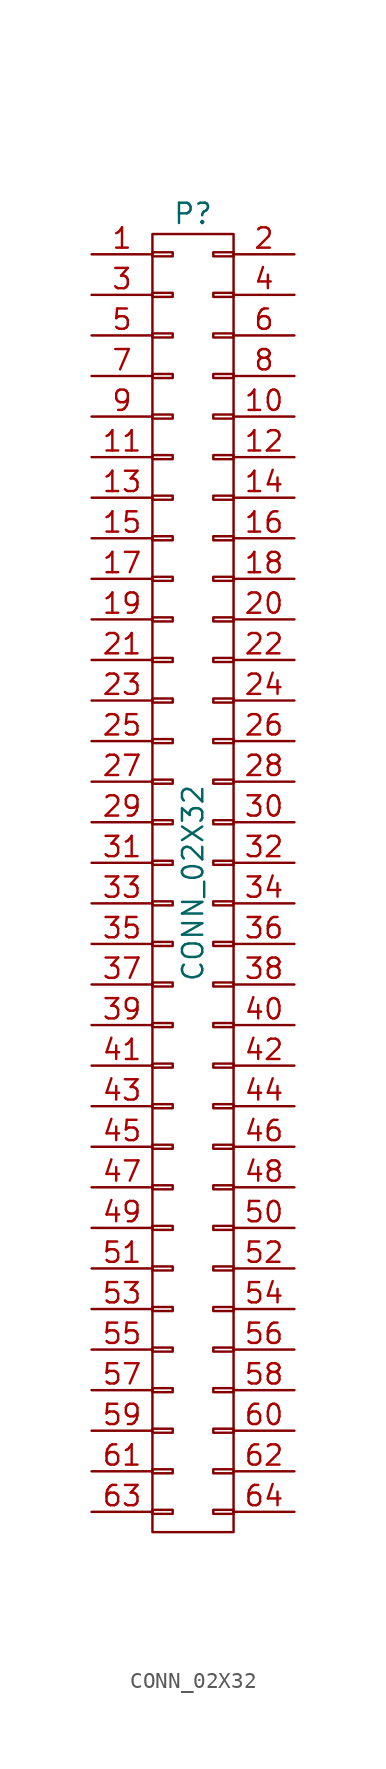
<source format=kicad_sym>
(kicad_symbol_lib
  (version 20231120)
  (generator "kicad_symbol_editor")
  (generator_version "8.0")
  (symbol "CONN_02X32"
    (pin_names
      (offset 0.025) hide)
    (property "Reference" "P"
      (at 0 41.91 0)
      (effects (font (size 1.27 1.27))))
    (property "Value" "CONN_02X32"
      (at 0 0 90)
      (effects (font (size 1.27 1.27))))
    (property "Footprint" ""
      (at 0 -10.16 0)
      (effects (font (size 1.27 1.27))))
    (property "Datasheet" ""
      (at 0 -10.16 0)
      (effects (font (size 1.27 1.27))))
    (symbol "CONN_02X32_0_1"
      (rectangle (start -2.54 -39.243) (end -1.27 -39.497) (stroke (width 0) (type solid)) (fill (type none)))
      (rectangle (start -2.54 -36.703) (end -1.27 -36.957) (stroke (width 0) (type solid)) (fill (type none)))
      (rectangle (start -2.54 -34.163) (end -1.27 -34.417) (stroke (width 0) (type solid)) (fill (type none)))
      (rectangle (start -2.54 -31.623) (end -1.27 -31.877) (stroke (width 0) (type solid)) (fill (type none)))
      (rectangle (start -2.54 -29.083) (end -1.27 -29.337) (stroke (width 0) (type solid)) (fill (type none)))
      (rectangle (start -2.54 -26.543) (end -1.27 -26.797) (stroke (width 0) (type solid)) (fill (type none)))
      (rectangle (start -2.54 -24.003) (end -1.27 -24.257) (stroke (width 0) (type solid)) (fill (type none)))
      (rectangle (start -2.54 -21.463) (end -1.27 -21.717) (stroke (width 0) (type solid)) (fill (type none)))
      (rectangle (start -2.54 -18.923) (end -1.27 -19.177) (stroke (width 0) (type solid)) (fill (type none)))
      (rectangle (start -2.54 -16.383) (end -1.27 -16.637) (stroke (width 0) (type solid)) (fill (type none)))
      (rectangle (start -2.54 -13.843) (end -1.27 -14.097) (stroke (width 0) (type solid)) (fill (type none)))
      (rectangle (start -2.54 -11.303) (end -1.27 -11.557) (stroke (width 0) (type solid)) (fill (type none)))
      (rectangle (start -2.54 -8.763) (end -1.27 -9.017) (stroke (width 0) (type solid)) (fill (type none)))
      (rectangle (start -2.54 -6.223) (end -1.27 -6.477) (stroke (width 0) (type solid)) (fill (type none)))
      (rectangle (start -2.54 -3.683) (end -1.27 -3.937) (stroke (width 0) (type solid)) (fill (type none)))
      (rectangle (start -2.54 -1.143) (end -1.27 -1.397) (stroke (width 0) (type solid)) (fill (type none)))
      (rectangle (start -2.54 1.397) (end -1.27 1.143) (stroke (width 0) (type solid)) (fill (type none)))
      (rectangle (start -2.54 3.937) (end -1.27 3.683) (stroke (width 0) (type solid)) (fill (type none)))
      (rectangle (start -2.54 6.477) (end -1.27 6.223) (stroke (width 0) (type solid)) (fill (type none)))
      (rectangle (start -2.54 9.017) (end -1.27 8.763) (stroke (width 0) (type solid)) (fill (type none)))
      (rectangle (start -2.54 11.557) (end -1.27 11.303) (stroke (width 0) (type solid)) (fill (type none)))
      (rectangle (start -2.54 14.097) (end -1.27 13.843) (stroke (width 0) (type solid)) (fill (type none)))
      (rectangle (start -2.54 16.637) (end -1.27 16.383) (stroke (width 0) (type solid)) (fill (type none)))
      (rectangle (start -2.54 19.177) (end -1.27 18.923) (stroke (width 0) (type solid)) (fill (type none)))
      (rectangle (start -2.54 21.717) (end -1.27 21.463) (stroke (width 0) (type solid)) (fill (type none)))
      (rectangle (start -2.54 24.257) (end -1.27 24.003) (stroke (width 0) (type solid)) (fill (type none)))
      (rectangle (start -2.54 26.797) (end -1.27 26.543) (stroke (width 0) (type solid)) (fill (type none)))
      (rectangle (start -2.54 29.337) (end -1.27 29.083) (stroke (width 0) (type solid)) (fill (type none)))
      (rectangle (start -2.54 31.877) (end -1.27 31.623) (stroke (width 0) (type solid)) (fill (type none)))
      (rectangle (start -2.54 34.417) (end -1.27 34.163) (stroke (width 0) (type solid)) (fill (type none)))
      (rectangle (start -2.54 36.957) (end -1.27 36.703) (stroke (width 0) (type solid)) (fill (type none)))
      (rectangle (start -2.54 39.497) (end -1.27 39.243) (stroke (width 0) (type solid)) (fill (type none)))
      (rectangle (start -2.54 40.64) (end 2.54 -40.64) (stroke (width 0) (type solid)) (fill (type none)))
      (rectangle (start 1.27 -39.243) (end 2.54 -39.497) (stroke (width 0) (type solid)) (fill (type none)))
      (rectangle (start 1.27 -36.703) (end 2.54 -36.957) (stroke (width 0) (type solid)) (fill (type none)))
      (rectangle (start 1.27 -34.163) (end 2.54 -34.417) (stroke (width 0) (type solid)) (fill (type none)))
      (rectangle (start 1.27 -31.623) (end 2.54 -31.877) (stroke (width 0) (type solid)) (fill (type none)))
      (rectangle (start 1.27 -29.083) (end 2.54 -29.337) (stroke (width 0) (type solid)) (fill (type none)))
      (rectangle (start 1.27 -26.543) (end 2.54 -26.797) (stroke (width 0) (type solid)) (fill (type none)))
      (rectangle (start 1.27 -24.003) (end 2.54 -24.257) (stroke (width 0) (type solid)) (fill (type none)))
      (rectangle (start 1.27 -21.463) (end 2.54 -21.717) (stroke (width 0) (type solid)) (fill (type none)))
      (rectangle (start 1.27 -18.923) (end 2.54 -19.177) (stroke (width 0) (type solid)) (fill (type none)))
      (rectangle (start 1.27 -16.383) (end 2.54 -16.637) (stroke (width 0) (type solid)) (fill (type none)))
      (rectangle (start 1.27 -13.843) (end 2.54 -14.097) (stroke (width 0) (type solid)) (fill (type none)))
      (rectangle (start 1.27 -11.303) (end 2.54 -11.557) (stroke (width 0) (type solid)) (fill (type none)))
      (rectangle (start 1.27 -8.763) (end 2.54 -9.017) (stroke (width 0) (type solid)) (fill (type none)))
      (rectangle (start 1.27 -6.223) (end 2.54 -6.477) (stroke (width 0) (type solid)) (fill (type none)))
      (rectangle (start 1.27 -3.683) (end 2.54 -3.937) (stroke (width 0) (type solid)) (fill (type none)))
      (rectangle (start 1.27 -1.143) (end 2.54 -1.397) (stroke (width 0) (type solid)) (fill (type none)))
      (rectangle (start 1.27 1.397) (end 2.54 1.143) (stroke (width 0) (type solid)) (fill (type none)))
      (rectangle (start 1.27 3.937) (end 2.54 3.683) (stroke (width 0) (type solid)) (fill (type none)))
      (rectangle (start 1.27 6.477) (end 2.54 6.223) (stroke (width 0) (type solid)) (fill (type none)))
      (rectangle (start 1.27 9.017) (end 2.54 8.763) (stroke (width 0) (type solid)) (fill (type none)))
      (rectangle (start 1.27 11.557) (end 2.54 11.303) (stroke (width 0) (type solid)) (fill (type none)))
      (rectangle (start 1.27 14.097) (end 2.54 13.843) (stroke (width 0) (type solid)) (fill (type none)))
      (rectangle (start 1.27 16.637) (end 2.54 16.383) (stroke (width 0) (type solid)) (fill (type none)))
      (rectangle (start 1.27 19.177) (end 2.54 18.923) (stroke (width 0) (type solid)) (fill (type none)))
      (rectangle (start 1.27 21.717) (end 2.54 21.463) (stroke (width 0) (type solid)) (fill (type none)))
      (rectangle (start 1.27 24.257) (end 2.54 24.003) (stroke (width 0) (type solid)) (fill (type none)))
      (rectangle (start 1.27 26.797) (end 2.54 26.543) (stroke (width 0) (type solid)) (fill (type none)))
      (rectangle (start 1.27 29.337) (end 2.54 29.083) (stroke (width 0) (type solid)) (fill (type none)))
      (rectangle (start 1.27 31.877) (end 2.54 31.623) (stroke (width 0) (type solid)) (fill (type none)))
      (rectangle (start 1.27 34.417) (end 2.54 34.163) (stroke (width 0) (type solid)) (fill (type none)))
      (rectangle (start 1.27 36.957) (end 2.54 36.703) (stroke (width 0) (type solid)) (fill (type none)))
      (rectangle (start 1.27 39.497) (end 2.54 39.243) (stroke (width 0) (type solid)) (fill (type none))))
    (symbol "CONN_02X32_1_1"
      (pin passive line (at -6.35 39.37 0) (length 3.81) (name "P1" (effects (font (size 1.27 1.27)))) (number "1" (effects (font (size 1.27 1.27)))))
      (pin passive line (at 6.35 29.21 180) (length 3.81) (name "P10" (effects (font (size 1.27 1.27)))) (number "10" (effects (font (size 1.27 1.27)))))
      (pin passive line (at -6.35 26.67 0) (length 3.81) (name "P11" (effects (font (size 1.27 1.27)))) (number "11" (effects (font (size 1.27 1.27)))))
      (pin passive line (at 6.35 26.67 180) (length 3.81) (name "P12" (effects (font (size 1.27 1.27)))) (number "12" (effects (font (size 1.27 1.27)))))
      (pin passive line (at -6.35 24.13 0) (length 3.81) (name "P13" (effects (font (size 1.27 1.27)))) (number "13" (effects (font (size 1.27 1.27)))))
      (pin passive line (at 6.35 24.13 180) (length 3.81) (name "P14" (effects (font (size 1.27 1.27)))) (number "14" (effects (font (size 1.27 1.27)))))
      (pin passive line (at -6.35 21.59 0) (length 3.81) (name "P15" (effects (font (size 1.27 1.27)))) (number "15" (effects (font (size 1.27 1.27)))))
      (pin passive line (at 6.35 21.59 180) (length 3.81) (name "P16" (effects (font (size 1.27 1.27)))) (number "16" (effects (font (size 1.27 1.27)))))
      (pin passive line (at -6.35 19.05 0) (length 3.81) (name "P17" (effects (font (size 1.27 1.27)))) (number "17" (effects (font (size 1.27 1.27)))))
      (pin passive line (at 6.35 19.05 180) (length 3.81) (name "P18" (effects (font (size 1.27 1.27)))) (number "18" (effects (font (size 1.27 1.27)))))
      (pin passive line (at -6.35 16.51 0) (length 3.81) (name "P19" (effects (font (size 1.27 1.27)))) (number "19" (effects (font (size 1.27 1.27)))))
      (pin passive line (at 6.35 39.37 180) (length 3.81) (name "P2" (effects (font (size 1.27 1.27)))) (number "2" (effects (font (size 1.27 1.27)))))
      (pin passive line (at 6.35 16.51 180) (length 3.81) (name "P20" (effects (font (size 1.27 1.27)))) (number "20" (effects (font (size 1.27 1.27)))))
      (pin passive line (at -6.35 13.97 0) (length 3.81) (name "P21" (effects (font (size 1.27 1.27)))) (number "21" (effects (font (size 1.27 1.27)))))
      (pin passive line (at 6.35 13.97 180) (length 3.81) (name "P22" (effects (font (size 1.27 1.27)))) (number "22" (effects (font (size 1.27 1.27)))))
      (pin passive line (at -6.35 11.43 0) (length 3.81) (name "P23" (effects (font (size 1.27 1.27)))) (number "23" (effects (font (size 1.27 1.27)))))
      (pin passive line (at 6.35 11.43 180) (length 3.81) (name "P24" (effects (font (size 1.27 1.27)))) (number "24" (effects (font (size 1.27 1.27)))))
      (pin passive line (at -6.35 8.89 0) (length 3.81) (name "P25" (effects (font (size 1.27 1.27)))) (number "25" (effects (font (size 1.27 1.27)))))
      (pin passive line (at 6.35 8.89 180) (length 3.81) (name "P26" (effects (font (size 1.27 1.27)))) (number "26" (effects (font (size 1.27 1.27)))))
      (pin passive line (at -6.35 6.35 0) (length 3.81) (name "P27" (effects (font (size 1.27 1.27)))) (number "27" (effects (font (size 1.27 1.27)))))
      (pin passive line (at 6.35 6.35 180) (length 3.81) (name "P28" (effects (font (size 1.27 1.27)))) (number "28" (effects (font (size 1.27 1.27)))))
      (pin passive line (at -6.35 3.81 0) (length 3.81) (name "P29" (effects (font (size 1.27 1.27)))) (number "29" (effects (font (size 1.27 1.27)))))
      (pin passive line (at -6.35 36.83 0) (length 3.81) (name "P3" (effects (font (size 1.27 1.27)))) (number "3" (effects (font (size 1.27 1.27)))))
      (pin passive line (at 6.35 3.81 180) (length 3.81) (name "P30" (effects (font (size 1.27 1.27)))) (number "30" (effects (font (size 1.27 1.27)))))
      (pin passive line (at -6.35 1.27 0) (length 3.81) (name "P31" (effects (font (size 1.27 1.27)))) (number "31" (effects (font (size 1.27 1.27)))))
      (pin passive line (at 6.35 1.27 180) (length 3.81) (name "P32" (effects (font (size 1.27 1.27)))) (number "32" (effects (font (size 1.27 1.27)))))
      (pin passive line (at -6.35 -1.27 0) (length 3.81) (name "P33" (effects (font (size 1.27 1.27)))) (number "33" (effects (font (size 1.27 1.27)))))
      (pin passive line (at 6.35 -1.27 180) (length 3.81) (name "P34" (effects (font (size 1.27 1.27)))) (number "34" (effects (font (size 1.27 1.27)))))
      (pin passive line (at -6.35 -3.81 0) (length 3.81) (name "P35" (effects (font (size 1.27 1.27)))) (number "35" (effects (font (size 1.27 1.27)))))
      (pin passive line (at 6.35 -3.81 180) (length 3.81) (name "P36" (effects (font (size 1.27 1.27)))) (number "36" (effects (font (size 1.27 1.27)))))
      (pin passive line (at -6.35 -6.35 0) (length 3.81) (name "P37" (effects (font (size 1.27 1.27)))) (number "37" (effects (font (size 1.27 1.27)))))
      (pin passive line (at 6.35 -6.35 180) (length 3.81) (name "P38" (effects (font (size 1.27 1.27)))) (number "38" (effects (font (size 1.27 1.27)))))
      (pin passive line (at -6.35 -8.89 0) (length 3.81) (name "P39" (effects (font (size 1.27 1.27)))) (number "39" (effects (font (size 1.27 1.27)))))
      (pin passive line (at 6.35 36.83 180) (length 3.81) (name "P4" (effects (font (size 1.27 1.27)))) (number "4" (effects (font (size 1.27 1.27)))))
      (pin passive line (at 6.35 -8.89 180) (length 3.81) (name "P40" (effects (font (size 1.27 1.27)))) (number "40" (effects (font (size 1.27 1.27)))))
      (pin passive line (at -6.35 -11.43 0) (length 3.81) (name "P41" (effects (font (size 1.27 1.27)))) (number "41" (effects (font (size 1.27 1.27)))))
      (pin passive line (at 6.35 -11.43 180) (length 3.81) (name "P42" (effects (font (size 1.27 1.27)))) (number "42" (effects (font (size 1.27 1.27)))))
      (pin passive line (at -6.35 -13.97 0) (length 3.81) (name "P43" (effects (font (size 1.27 1.27)))) (number "43" (effects (font (size 1.27 1.27)))))
      (pin passive line (at 6.35 -13.97 180) (length 3.81) (name "P44" (effects (font (size 1.27 1.27)))) (number "44" (effects (font (size 1.27 1.27)))))
      (pin passive line (at -6.35 -16.51 0) (length 3.81) (name "P45" (effects (font (size 1.27 1.27)))) (number "45" (effects (font (size 1.27 1.27)))))
      (pin passive line (at 6.35 -16.51 180) (length 3.81) (name "P46" (effects (font (size 1.27 1.27)))) (number "46" (effects (font (size 1.27 1.27)))))
      (pin passive line (at -6.35 -19.05 0) (length 3.81) (name "P47" (effects (font (size 1.27 1.27)))) (number "47" (effects (font (size 1.27 1.27)))))
      (pin passive line (at 6.35 -19.05 180) (length 3.81) (name "P48" (effects (font (size 1.27 1.27)))) (number "48" (effects (font (size 1.27 1.27)))))
      (pin passive line (at -6.35 -21.59 0) (length 3.81) (name "P49" (effects (font (size 1.27 1.27)))) (number "49" (effects (font (size 1.27 1.27)))))
      (pin passive line (at -6.35 34.29 0) (length 3.81) (name "P5" (effects (font (size 1.27 1.27)))) (number "5" (effects (font (size 1.27 1.27)))))
      (pin passive line (at 6.35 -21.59 180) (length 3.81) (name "P50" (effects (font (size 1.27 1.27)))) (number "50" (effects (font (size 1.27 1.27)))))
      (pin passive line (at -6.35 -24.13 0) (length 3.81) (name "P51" (effects (font (size 1.27 1.27)))) (number "51" (effects (font (size 1.27 1.27)))))
      (pin passive line (at 6.35 -24.13 180) (length 3.81) (name "P52" (effects (font (size 1.27 1.27)))) (number "52" (effects (font (size 1.27 1.27)))))
      (pin passive line (at -6.35 -26.67 0) (length 3.81) (name "P53" (effects (font (size 1.27 1.27)))) (number "53" (effects (font (size 1.27 1.27)))))
      (pin passive line (at 6.35 -26.67 180) (length 3.81) (name "P54" (effects (font (size 1.27 1.27)))) (number "54" (effects (font (size 1.27 1.27)))))
      (pin passive line (at -6.35 -29.21 0) (length 3.81) (name "P55" (effects (font (size 1.27 1.27)))) (number "55" (effects (font (size 1.27 1.27)))))
      (pin passive line (at 6.35 -29.21 180) (length 3.81) (name "P56" (effects (font (size 1.27 1.27)))) (number "56" (effects (font (size 1.27 1.27)))))
      (pin passive line (at -6.35 -31.75 0) (length 3.81) (name "P57" (effects (font (size 1.27 1.27)))) (number "57" (effects (font (size 1.27 1.27)))))
      (pin passive line (at 6.35 -31.75 180) (length 3.81) (name "P58" (effects (font (size 1.27 1.27)))) (number "58" (effects (font (size 1.27 1.27)))))
      (pin passive line (at -6.35 -34.29 0) (length 3.81) (name "P59" (effects (font (size 1.27 1.27)))) (number "59" (effects (font (size 1.27 1.27)))))
      (pin passive line (at 6.35 34.29 180) (length 3.81) (name "P6" (effects (font (size 1.27 1.27)))) (number "6" (effects (font (size 1.27 1.27)))))
      (pin passive line (at 6.35 -34.29 180) (length 3.81) (name "P60" (effects (font (size 1.27 1.27)))) (number "60" (effects (font (size 1.27 1.27)))))
      (pin passive line (at -6.35 -36.83 0) (length 3.81) (name "P61" (effects (font (size 1.27 1.27)))) (number "61" (effects (font (size 1.27 1.27)))))
      (pin passive line (at 6.35 -36.83 180) (length 3.81) (name "P62" (effects (font (size 1.27 1.27)))) (number "62" (effects (font (size 1.27 1.27)))))
      (pin passive line (at -6.35 -39.37 0) (length 3.81) (name "P63" (effects (font (size 1.27 1.27)))) (number "63" (effects (font (size 1.27 1.27)))))
      (pin passive line (at 6.35 -39.37 180) (length 3.81) (name "P64" (effects (font (size 1.27 1.27)))) (number "64" (effects (font (size 1.27 1.27)))))
      (pin passive line (at -6.35 31.75 0) (length 3.81) (name "P7" (effects (font (size 1.27 1.27)))) (number "7" (effects (font (size 1.27 1.27)))))
      (pin passive line (at 6.35 31.75 180) (length 3.81) (name "P8" (effects (font (size 1.27 1.27)))) (number "8" (effects (font (size 1.27 1.27)))))
      (pin passive line (at -6.35 29.21 0) (length 3.81) (name "P9" (effects (font (size 1.27 1.27)))) (number "9" (effects (font (size 1.27 1.27))))))))
</source>
